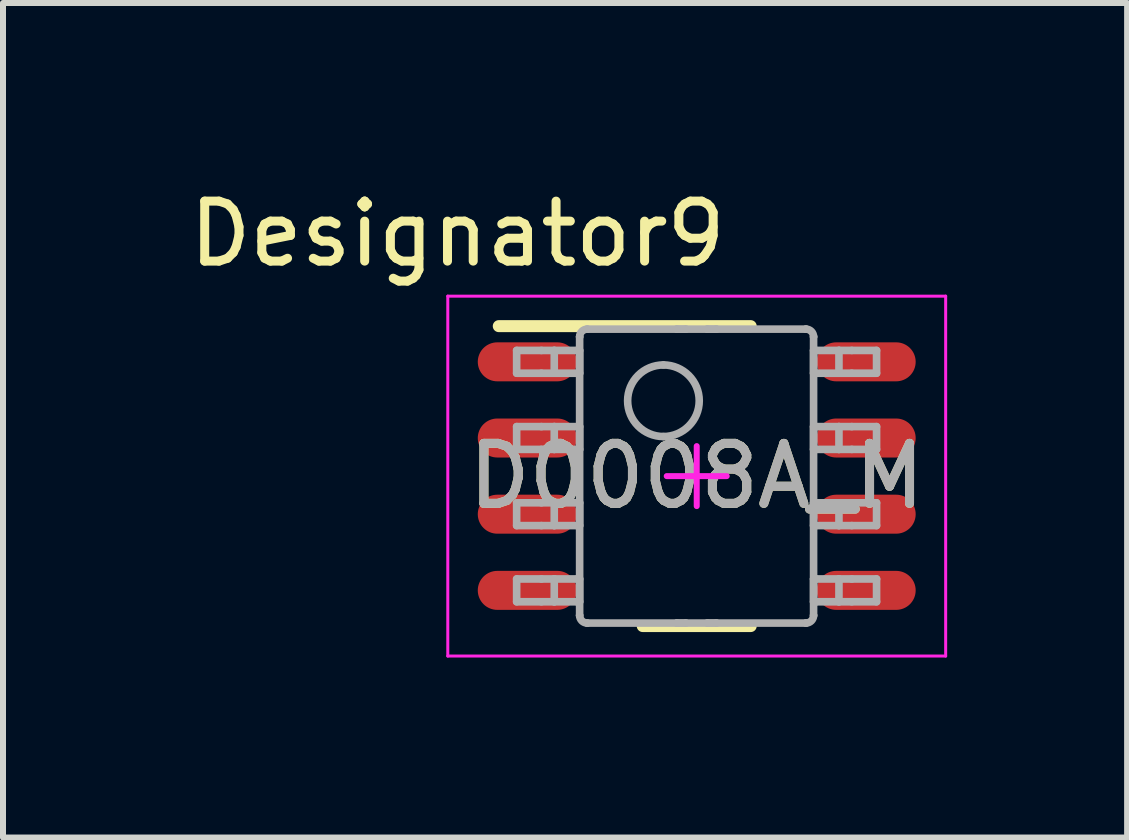
<source format=kicad_pcb>
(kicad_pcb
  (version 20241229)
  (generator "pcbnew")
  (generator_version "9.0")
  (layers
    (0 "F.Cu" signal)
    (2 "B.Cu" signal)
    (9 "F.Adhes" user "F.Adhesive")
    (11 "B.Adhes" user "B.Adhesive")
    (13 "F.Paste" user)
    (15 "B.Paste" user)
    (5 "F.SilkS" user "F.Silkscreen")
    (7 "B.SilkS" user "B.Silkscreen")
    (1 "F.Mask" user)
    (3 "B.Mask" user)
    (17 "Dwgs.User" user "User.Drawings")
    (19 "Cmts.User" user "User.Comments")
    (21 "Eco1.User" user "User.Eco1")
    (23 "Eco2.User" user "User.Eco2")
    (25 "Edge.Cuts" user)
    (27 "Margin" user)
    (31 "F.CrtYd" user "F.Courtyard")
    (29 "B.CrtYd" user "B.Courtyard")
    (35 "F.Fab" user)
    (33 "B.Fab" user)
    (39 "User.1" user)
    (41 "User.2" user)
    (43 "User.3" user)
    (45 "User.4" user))
  (footprint "D0008A_M"
    (layer "F.Cu")
    (at 8.565 4.887)
    (property "Reference" "D0008A_M" (at 0 0 0) (unlocked yes) (layer "F.SilkS") (effects (font (size 1 1) (thickness 0.15))))
    (attr smd)
    (fp_line (start -3.3 -2.5) (end 0.9 -2.5) (stroke (width 0.2) (type solid)) (layer "F.SilkS"))
    (fp_line (start -0.9 2.5) (end 0.9 2.5) (stroke (width 0.2) (type solid)) (layer "F.SilkS"))
    (fp_line (start -4.15 -3) (end 4.15 -3) (stroke (width 0.05) (type solid)) (layer "F.CrtYd"))
    (fp_line (start -4.15 3) (end -4.15 -3) (stroke (width 0.05) (type solid)) (layer "F.CrtYd"))
    (fp_line (start -4.15 3) (end 4.15 3) (stroke (width 0.05) (type solid)) (layer "F.CrtYd"))
    (fp_line (start -0.5 0) (end 0.5 0) (stroke (width 0.1) (type solid)) (layer "F.CrtYd"))
    (fp_line (start 0 0.5) (end 0 -0.5) (stroke (width 0.1) (type solid)) (layer "F.CrtYd"))
    (fp_line (start 4.15 3) (end 4.15 -3) (stroke (width 0.05) (type solid)) (layer "F.CrtYd"))
    (fp_line (start -3.002 -2.095) (end -2.589 -2.095) (stroke (width 0.127) (type solid)) (layer "F.Fab"))
    (fp_line (start -3.002 -1.715) (end -3.002 -2.095) (stroke (width 0.127) (type solid)) (layer "F.Fab"))
    (fp_line (start -3.002 -1.715) (end -2.589 -1.715) (stroke (width 0.127) (type solid)) (layer "F.Fab"))
    (fp_line (start -3.002 -0.825) (end -2.589 -0.825) (stroke (width 0.127) (type solid)) (layer "F.Fab"))
    (fp_line (start -3.002 -0.445) (end -3.002 -0.825) (stroke (width 0.127) (type solid)) (layer "F.Fab"))
    (fp_line (start -3.002 -0.445) (end -2.589 -0.445) (stroke (width 0.127) (type solid)) (layer "F.Fab"))
    (fp_line (start -3.002 0.445) (end -2.589 0.445) (stroke (width 0.127) (type solid)) (layer "F.Fab"))
    (fp_line (start -3.002 0.825) (end -3.002 0.445) (stroke (width 0.127) (type solid)) (layer "F.Fab"))
    (fp_line (start -3.002 0.825) (end -2.589 0.825) (stroke (width 0.127) (type solid)) (layer "F.Fab"))
    (fp_line (start -3.002 1.715) (end -2.589 1.715) (stroke (width 0.127) (type solid)) (layer "F.Fab"))
    (fp_line (start -3.002 2.095) (end -3.002 1.715) (stroke (width 0.127) (type solid)) (layer "F.Fab"))
    (fp_line (start -3.002 2.095) (end -2.589 2.095) (stroke (width 0.127) (type solid)) (layer "F.Fab"))
    (fp_line (start -2.589 -2.095) (end -2.375 -2.095) (stroke (width 0.127) (type solid)) (layer "F.Fab"))
    (fp_line (start -2.589 -1.715) (end -2.375 -1.715) (stroke (width 0.127) (type solid)) (layer "F.Fab"))
    (fp_line (start -2.589 -0.825) (end -2.375 -0.825) (stroke (width 0.127) (type solid)) (layer "F.Fab"))
    (fp_line (start -2.589 -0.445) (end -2.375 -0.445) (stroke (width 0.127) (type solid)) (layer "F.Fab"))
    (fp_line (start -2.589 0.445) (end -2.375 0.445) (stroke (width 0.127) (type solid)) (layer "F.Fab"))
    (fp_line (start -2.589 0.825) (end -2.375 0.825) (stroke (width 0.127) (type solid)) (layer "F.Fab"))
    (fp_line (start -2.589 1.715) (end -2.375 1.715) (stroke (width 0.127) (type solid)) (layer "F.Fab"))
    (fp_line (start -2.589 2.095) (end -2.375 2.095) (stroke (width 0.127) (type solid)) (layer "F.Fab"))
    (fp_line (start -2.375 -2.095) (end -1.995 -2.095) (stroke (width 0.127) (type solid)) (layer "F.Fab"))
    (fp_line (start -2.375 -1.715) (end -2.375 -2.095) (stroke (width 0.127) (type solid)) (layer "F.Fab"))
    (fp_line (start -2.375 -1.715) (end -1.995 -1.715) (stroke (width 0.127) (type solid)) (layer "F.Fab"))
    (fp_line (start -2.375 -0.825) (end -1.995 -0.825) (stroke (width 0.127) (type solid)) (layer "F.Fab"))
    (fp_line (start -2.375 -0.445) (end -2.375 -0.825) (stroke (width 0.127) (type solid)) (layer "F.Fab"))
    (fp_line (start -2.375 -0.445) (end -1.995 -0.445) (stroke (width 0.127) (type solid)) (layer "F.Fab"))
    (fp_line (start -2.375 0.445) (end -1.995 0.445) (stroke (width 0.127) (type solid)) (layer "F.Fab"))
    (fp_line (start -2.375 0.825) (end -2.375 0.445) (stroke (width 0.127) (type solid)) (layer "F.Fab"))
    (fp_line (start -2.375 0.825) (end -1.995 0.825) (stroke (width 0.127) (type solid)) (layer "F.Fab"))
    (fp_line (start -2.375 1.715) (end -1.995 1.715) (stroke (width 0.127) (type solid)) (layer "F.Fab"))
    (fp_line (start -2.375 2.095) (end -2.375 1.715) (stroke (width 0.127) (type solid)) (layer "F.Fab"))
    (fp_line (start -2.375 2.095) (end -1.995 2.095) (stroke (width 0.127) (type solid)) (layer "F.Fab"))
    (fp_line (start -1.995 -2.095) (end -1.952 -2.095) (stroke (width 0.127) (type solid)) (layer "F.Fab"))
    (fp_line (start -1.995 -1.715) (end -1.952 -1.715) (stroke (width 0.127) (type solid)) (layer "F.Fab"))
    (fp_line (start -1.995 -0.825) (end -1.952 -0.825) (stroke (width 0.127) (type solid)) (layer "F.Fab"))
    (fp_line (start -1.995 -0.445) (end -1.952 -0.445) (stroke (width 0.127) (type solid)) (layer "F.Fab"))
    (fp_line (start -1.995 0.445) (end -1.952 0.445) (stroke (width 0.127) (type solid)) (layer "F.Fab"))
    (fp_line (start -1.995 0.825) (end -1.952 0.825) (stroke (width 0.127) (type solid)) (layer "F.Fab"))
    (fp_line (start -1.995 1.715) (end -1.952 1.715) (stroke (width 0.127) (type solid)) (layer "F.Fab"))
    (fp_line (start -1.995 2.095) (end -1.952 2.095) (stroke (width 0.127) (type solid)) (layer "F.Fab"))
    (fp_line (start -1.952 -2.323) (end -1.952 -2.324) (stroke (width 0.127) (type solid)) (layer "F.Fab"))
    (fp_line (start -1.952 -1.715) (end -1.952 -2.095) (stroke (width 0.127) (type solid)) (layer "F.Fab"))
    (fp_line (start -1.952 -0.445) (end -1.952 -0.825) (stroke (width 0.127) (type solid)) (layer "F.Fab"))
    (fp_line (start -1.952 0.825) (end -1.952 0.445) (stroke (width 0.127) (type solid)) (layer "F.Fab"))
    (fp_line (start -1.952 2.095) (end -1.952 1.715) (stroke (width 0.127) (type solid)) (layer "F.Fab"))
    (fp_line (start -1.952 2.323) (end -1.952 -2.323) (stroke (width 0.127) (type solid)) (layer "F.Fab"))
    (fp_line (start -1.952 2.324) (end -1.952 2.323) (stroke (width 0.127) (type solid)) (layer "F.Fab"))
    (fp_line (start -1.826 -2.45) (end -1.825 -2.45) (stroke (width 0.127) (type solid)) (layer "F.Fab"))
    (fp_line (start -1.826 2.45) (end -1.825 2.45) (stroke (width 0.127) (type solid)) (layer "F.Fab"))
    (fp_line (start -1.825 -2.45) (end -0.332 -2.45) (stroke (width 0.127) (type solid)) (layer "F.Fab"))
    (fp_line (start -1.825 2.45) (end -0.332 2.45) (stroke (width 0.127) (type solid)) (layer "F.Fab"))
    (fp_line (start -0.332 -2.45) (end -0.182 -2.45) (stroke (width 0.127) (type solid)) (layer "F.Fab"))
    (fp_line (start -0.332 -2.45) (end -0.182 -2.45) (stroke (width 0.127) (type solid)) (layer "F.Fab"))
    (fp_line (start -0.332 2.45) (end -0.182 2.45) (stroke (width 0.127) (type solid)) (layer "F.Fab"))
    (fp_line (start -0.332 2.45) (end -0.182 2.45) (stroke (width 0.127) (type solid)) (layer "F.Fab"))
    (fp_line (start -0.182 -2.45) (end 0.178 -2.45) (stroke (width 0.127) (type solid)) (layer "F.Fab"))
    (fp_line (start -0.182 2.45) (end 0.178 2.45) (stroke (width 0.127) (type solid)) (layer "F.Fab"))
    (fp_line (start 0.178 -2.45) (end 0.328 -2.45) (stroke (width 0.127) (type solid)) (layer "F.Fab"))
    (fp_line (start 0.178 -2.45) (end 0.328 -2.45) (stroke (width 0.127) (type solid)) (layer "F.Fab"))
    (fp_line (start 0.178 2.45) (end 0.328 2.45) (stroke (width 0.127) (type solid)) (layer "F.Fab"))
    (fp_line (start 0.178 2.45) (end 0.328 2.45) (stroke (width 0.127) (type solid)) (layer "F.Fab"))
    (fp_line (start 0.328 -2.45) (end 1.821 -2.45) (stroke (width 0.127) (type solid)) (layer "F.Fab"))
    (fp_line (start 0.328 2.45) (end 1.821 2.45) (stroke (width 0.127) (type solid)) (layer "F.Fab"))
    (fp_line (start 1.821 -2.45) (end 1.822 -2.45) (stroke (width 0.127) (type solid)) (layer "F.Fab"))
    (fp_line (start 1.821 2.45) (end 1.822 2.45) (stroke (width 0.127) (type solid)) (layer "F.Fab"))
    (fp_line (start 1.948 -2.323) (end 1.948 -2.324) (stroke (width 0.127) (type solid)) (layer "F.Fab"))
    (fp_line (start 1.948 -2.095) (end 1.991 -2.095) (stroke (width 0.127) (type solid)) (layer "F.Fab"))
    (fp_line (start 1.948 -1.715) (end 1.948 -2.095) (stroke (width 0.127) (type solid)) (layer "F.Fab"))
    (fp_line (start 1.948 -1.715) (end 1.991 -1.715) (stroke (width 0.127) (type solid)) (layer "F.Fab"))
    (fp_line (start 1.948 -0.825) (end 1.991 -0.825) (stroke (width 0.127) (type solid)) (layer "F.Fab"))
    (fp_line (start 1.948 -0.445) (end 1.948 -0.825) (stroke (width 0.127) (type solid)) (layer "F.Fab"))
    (fp_line (start 1.948 -0.445) (end 1.991 -0.445) (stroke (width 0.127) (type solid)) (layer "F.Fab"))
    (fp_line (start 1.948 0.445) (end 1.991 0.445) (stroke (width 0.127) (type solid)) (layer "F.Fab"))
    (fp_line (start 1.948 0.825) (end 1.948 0.445) (stroke (width 0.127) (type solid)) (layer "F.Fab"))
    (fp_line (start 1.948 0.825) (end 1.991 0.825) (stroke (width 0.127) (type solid)) (layer "F.Fab"))
    (fp_line (start 1.948 1.715) (end 1.991 1.715) (stroke (width 0.127) (type solid)) (layer "F.Fab"))
    (fp_line (start 1.948 2.095) (end 1.948 1.715) (stroke (width 0.127) (type solid)) (layer "F.Fab"))
    (fp_line (start 1.948 2.095) (end 1.991 2.095) (stroke (width 0.127) (type solid)) (layer "F.Fab"))
    (fp_line (start 1.948 2.323) (end 1.948 -2.323) (stroke (width 0.127) (type solid)) (layer "F.Fab"))
    (fp_line (start 1.948 2.324) (end 1.948 2.323) (stroke (width 0.127) (type solid)) (layer "F.Fab"))
    (fp_line (start 1.991 -2.095) (end 2.371 -2.095) (stroke (width 0.127) (type solid)) (layer "F.Fab"))
    (fp_line (start 1.991 -1.715) (end 2.371 -1.715) (stroke (width 0.127) (type solid)) (layer "F.Fab"))
    (fp_line (start 1.991 -0.825) (end 2.371 -0.825) (stroke (width 0.127) (type solid)) (layer "F.Fab"))
    (fp_line (start 1.991 -0.445) (end 2.371 -0.445) (stroke (width 0.127) (type solid)) (layer "F.Fab"))
    (fp_line (start 1.991 0.445) (end 2.371 0.445) (stroke (width 0.127) (type solid)) (layer "F.Fab"))
    (fp_line (start 1.991 0.825) (end 2.371 0.825) (stroke (width 0.127) (type solid)) (layer "F.Fab"))
    (fp_line (start 1.991 1.715) (end 2.371 1.715) (stroke (width 0.127) (type solid)) (layer "F.Fab"))
    (fp_line (start 1.991 2.095) (end 2.371 2.095) (stroke (width 0.127) (type solid)) (layer "F.Fab"))
    (fp_line (start 2.371 -2.095) (end 2.585 -2.095) (stroke (width 0.127) (type solid)) (layer "F.Fab"))
    (fp_line (start 2.371 -1.715) (end 2.371 -2.095) (stroke (width 0.127) (type solid)) (layer "F.Fab"))
    (fp_line (start 2.371 -1.715) (end 2.585 -1.715) (stroke (width 0.127) (type solid)) (layer "F.Fab"))
    (fp_line (start 2.371 -0.825) (end 2.585 -0.825) (stroke (width 0.127) (type solid)) (layer "F.Fab"))
    (fp_line (start 2.371 -0.445) (end 2.371 -0.825) (stroke (width 0.127) (type solid)) (layer "F.Fab"))
    (fp_line (start 2.371 -0.445) (end 2.585 -0.445) (stroke (width 0.127) (type solid)) (layer "F.Fab"))
    (fp_line (start 2.371 0.445) (end 2.585 0.445) (stroke (width 0.127) (type solid)) (layer "F.Fab"))
    (fp_line (start 2.371 0.825) (end 2.371 0.445) (stroke (width 0.127) (type solid)) (layer "F.Fab"))
    (fp_line (start 2.371 0.825) (end 2.585 0.825) (stroke (width 0.127) (type solid)) (layer "F.Fab"))
    (fp_line (start 2.371 1.715) (end 2.585 1.715) (stroke (width 0.127) (type solid)) (layer "F.Fab"))
    (fp_line (start 2.371 2.095) (end 2.371 1.715) (stroke (width 0.127) (type solid)) (layer "F.Fab"))
    (fp_line (start 2.371 2.095) (end 2.585 2.095) (stroke (width 0.127) (type solid)) (layer "F.Fab"))
    (fp_line (start 2.585 -2.095) (end 2.998 -2.095) (stroke (width 0.127) (type solid)) (layer "F.Fab"))
    (fp_line (start 2.585 -1.715) (end 2.998 -1.715) (stroke (width 0.127) (type solid)) (layer "F.Fab"))
    (fp_line (start 2.585 -0.825) (end 2.998 -0.825) (stroke (width 0.127) (type solid)) (layer "F.Fab"))
    (fp_line (start 2.585 -0.445) (end 2.998 -0.445) (stroke (width 0.127) (type solid)) (layer "F.Fab"))
    (fp_line (start 2.585 0.445) (end 2.998 0.445) (stroke (width 0.127) (type solid)) (layer "F.Fab"))
    (fp_line (start 2.585 0.825) (end 2.998 0.825) (stroke (width 0.127) (type solid)) (layer "F.Fab"))
    (fp_line (start 2.585 1.715) (end 2.998 1.715) (stroke (width 0.127) (type solid)) (layer "F.Fab"))
    (fp_line (start 2.585 2.095) (end 2.998 2.095) (stroke (width 0.127) (type solid)) (layer "F.Fab"))
    (fp_line (start 2.998 -1.715) (end 2.998 -2.095) (stroke (width 0.127) (type solid)) (layer "F.Fab"))
    (fp_line (start 2.998 -0.445) (end 2.998 -0.825) (stroke (width 0.127) (type solid)) (layer "F.Fab"))
    (fp_line (start 2.998 0.825) (end 2.998 0.445) (stroke (width 0.127) (type solid)) (layer "F.Fab"))
    (fp_line (start 2.998 2.095) (end 2.998 1.715) (stroke (width 0.127) (type solid)) (layer "F.Fab"))
    (fp_arc (start -1.952002 -2.323941) (mid -1.914806 -2.412806) (end -1.825941 -2.450002) (stroke (width 0.127) (type solid)) (layer "F.Fab"))
    (fp_arc (start -1.825941 2.449992) (mid -1.914806 2.412795) (end -1.952002 2.323931) (stroke (width 0.127) (type solid)) (layer "F.Fab"))
    (fp_arc (start -0.555 -1.8531) (mid 0.0419 -1.2562) (end -0.555 -0.6593) (stroke (width 0.127) (type solid)) (layer "F.Fab"))
    (fp_arc (start -0.555 -0.6593) (mid -1.1519 -1.2562) (end -0.555 -1.8531) (stroke (width 0.127) (type solid)) (layer "F.Fab"))
    (fp_arc (start 1.821933 -2.450002) (mid 1.910797 -2.412806) (end 1.947994 -2.323941) (stroke (width 0.127) (type solid)) (layer "F.Fab"))
    (fp_arc (start 1.947994 2.323931) (mid 1.910797 2.412795) (end 1.821933 2.449992) (stroke (width 0.127) (type solid)) (layer "F.Fab"))
    (fp_text user "Designator9" (at -3.988 -4.039 0) (unlocked yes) (layer "F.SilkS") (effects (font (size 1 1) (thickness 0.15))))
    (fp_text user "${REFERENCE}" (at 0 0 0) (unlocked yes) (layer "F.Fab") (effects (font (size 1 1) (thickness 0.15))))
    (pad "1" smd oval (at -2.825 -1.905 90) (size 0.65 1.65) (layers "F.Cu" "F.Mask" "F.Paste"))
    (pad "2" smd oval (at -2.825 -0.635 90) (size 0.65 1.65) (layers "F.Cu" "F.Mask" "F.Paste"))
    (pad "3" smd oval (at -2.825 0.635 90) (size 0.65 1.65) (layers "F.Cu" "F.Mask" "F.Paste"))
    (pad "4" smd oval (at -2.825 1.905 90) (size 0.65 1.65) (layers "F.Cu" "F.Mask" "F.Paste"))
    (pad "5" smd oval (at 2.825 1.905 90) (size 0.65 1.65) (layers "F.Cu" "F.Mask" "F.Paste"))
    (pad "6" smd oval (at 2.825 0.635 90) (size 0.65 1.65) (layers "F.Cu" "F.Mask" "F.Paste"))
    (pad "7" smd oval (at 2.825 -0.635 90) (size 0.65 1.65) (layers "F.Cu" "F.Mask" "F.Paste"))
    (pad "8" smd oval (at 2.825 -1.905 90) (size 0.65 1.65) (layers "F.Cu" "F.Mask" "F.Paste")))
  (gr_rect
    (start -3 -3)
    (end 15.74 10.912)
    (stroke (width 0.1) (type default))
    (fill no)
    (layer "Edge.Cuts")))
</source>
